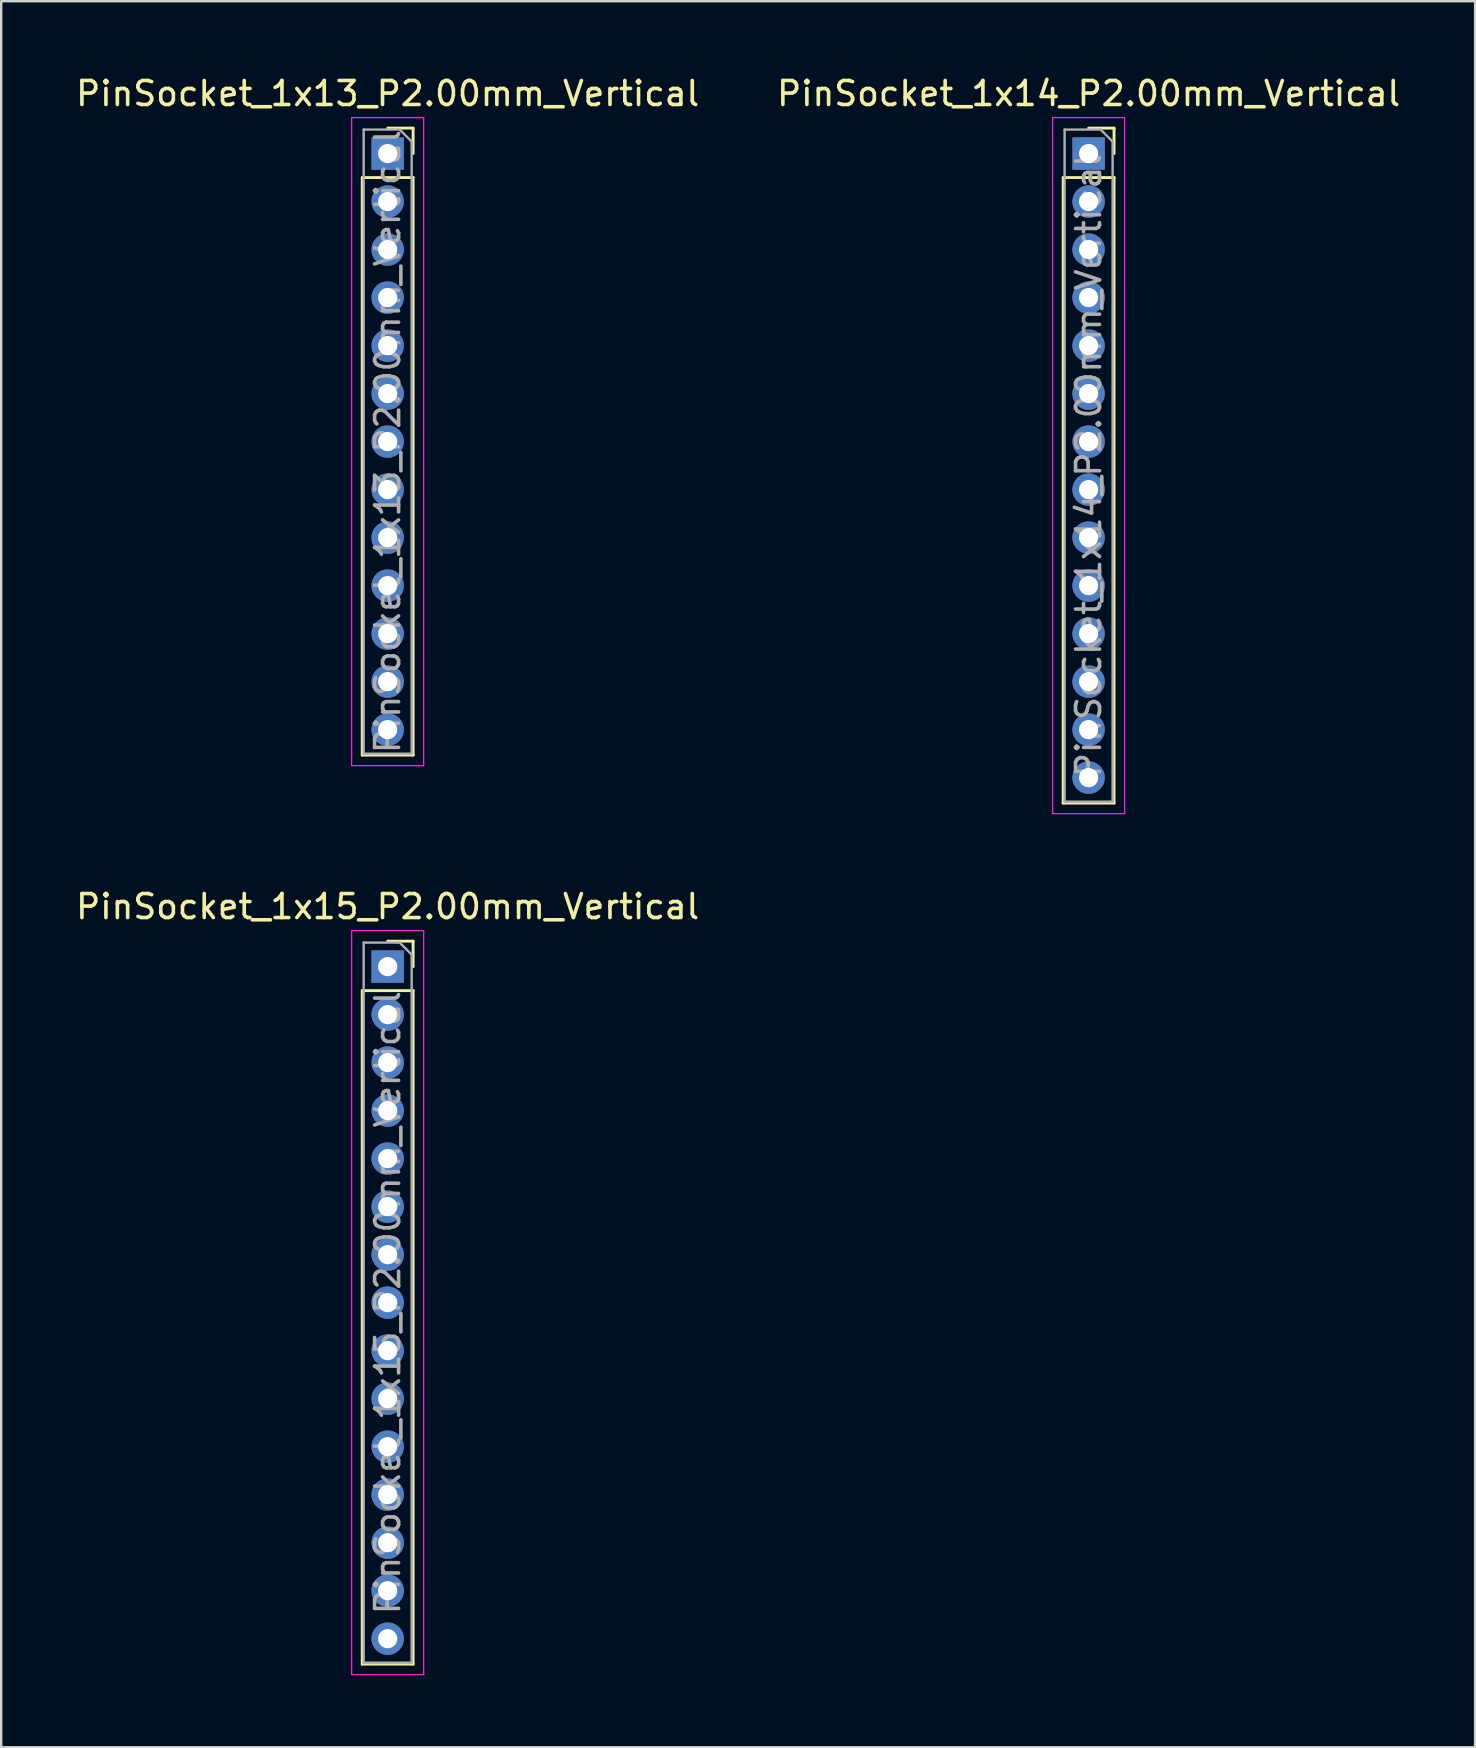
<source format=kicad_pcb>
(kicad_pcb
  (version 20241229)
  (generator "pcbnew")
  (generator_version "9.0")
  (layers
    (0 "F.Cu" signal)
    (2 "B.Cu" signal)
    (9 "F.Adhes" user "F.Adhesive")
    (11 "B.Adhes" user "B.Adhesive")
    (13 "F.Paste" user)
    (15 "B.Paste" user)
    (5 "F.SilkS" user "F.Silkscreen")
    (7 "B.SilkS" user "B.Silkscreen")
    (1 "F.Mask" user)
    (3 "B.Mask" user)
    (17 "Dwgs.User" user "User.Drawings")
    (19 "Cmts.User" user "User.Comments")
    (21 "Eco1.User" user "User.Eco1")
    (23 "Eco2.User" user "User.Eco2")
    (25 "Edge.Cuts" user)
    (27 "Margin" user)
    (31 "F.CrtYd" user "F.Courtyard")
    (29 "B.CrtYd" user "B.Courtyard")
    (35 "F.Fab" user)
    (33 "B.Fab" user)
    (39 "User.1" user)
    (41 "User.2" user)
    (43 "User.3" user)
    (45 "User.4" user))
  (footprint "PinSocket_1x13_P2.00mm_Vertical"
    (layer "F.Cu")
    (at 13.101 3.348)
    (property "Reference" "PinSocket_1x13_P2.00mm_Vertical" (at 0 -2.5 0) (layer "F.SilkS") (effects (font (size 1 1) (thickness 0.15))))
    (attr through_hole)
    (fp_line (start -1.06 1) (end -1.06 25.06) (stroke (width 0.12) (type solid)) (layer "F.SilkS"))
    (fp_line (start -1.06 1) (end 1.06 1) (stroke (width 0.12) (type solid)) (layer "F.SilkS"))
    (fp_line (start -1.06 25.06) (end 1.06 25.06) (stroke (width 0.12) (type solid)) (layer "F.SilkS"))
    (fp_line (start 0 -1.06) (end 1.06 -1.06) (stroke (width 0.12) (type solid)) (layer "F.SilkS"))
    (fp_line (start 1.06 -1.06) (end 1.06 0) (stroke (width 0.12) (type solid)) (layer "F.SilkS"))
    (fp_line (start 1.06 1) (end 1.06 25.06) (stroke (width 0.12) (type solid)) (layer "F.SilkS"))
    (fp_line (start -1.5 -1.5) (end 1.5 -1.5) (stroke (width 0.05) (type solid)) (layer "F.CrtYd"))
    (fp_line (start -1.5 25.5) (end -1.5 -1.5) (stroke (width 0.05) (type solid)) (layer "F.CrtYd"))
    (fp_line (start 1.5 -1.5) (end 1.5 25.5) (stroke (width 0.05) (type solid)) (layer "F.CrtYd"))
    (fp_line (start 1.5 25.5) (end -1.5 25.5) (stroke (width 0.05) (type solid)) (layer "F.CrtYd"))
    (fp_line (start -1 -1) (end 0.5 -1) (stroke (width 0.1) (type solid)) (layer "F.Fab"))
    (fp_line (start -1 25) (end -1 -1) (stroke (width 0.1) (type solid)) (layer "F.Fab"))
    (fp_line (start 0.5 -1) (end 1 -0.5) (stroke (width 0.1) (type solid)) (layer "F.Fab"))
    (fp_line (start 1 -0.5) (end 1 25) (stroke (width 0.1) (type solid)) (layer "F.Fab"))
    (fp_line (start 1 25) (end -1 25) (stroke (width 0.1) (type solid)) (layer "F.Fab"))
    (fp_text user "${REFERENCE}" (at 0 12 90) (layer "F.Fab") (effects (font (size 1 1) (thickness 0.15))))
    (pad "1" thru_hole rect (at 0 0) (size 1.35 1.35) (drill 0.8) (layers "*.Cu" "*.Mask"))
    (pad "2" thru_hole oval (at 0 2) (size 1.35 1.35) (drill 0.8) (layers "*.Cu" "*.Mask"))
    (pad "3" thru_hole oval (at 0 4) (size 1.35 1.35) (drill 0.8) (layers "*.Cu" "*.Mask"))
    (pad "4" thru_hole oval (at 0 6) (size 1.35 1.35) (drill 0.8) (layers "*.Cu" "*.Mask"))
    (pad "5" thru_hole oval (at 0 8) (size 1.35 1.35) (drill 0.8) (layers "*.Cu" "*.Mask"))
    (pad "6" thru_hole oval (at 0 10) (size 1.35 1.35) (drill 0.8) (layers "*.Cu" "*.Mask"))
    (pad "7" thru_hole oval (at 0 12) (size 1.35 1.35) (drill 0.8) (layers "*.Cu" "*.Mask"))
    (pad "8" thru_hole oval (at 0 14) (size 1.35 1.35) (drill 0.8) (layers "*.Cu" "*.Mask"))
    (pad "9" thru_hole oval (at 0 16) (size 1.35 1.35) (drill 0.8) (layers "*.Cu" "*.Mask"))
    (pad "10" thru_hole oval (at 0 18) (size 1.35 1.35) (drill 0.8) (layers "*.Cu" "*.Mask"))
    (pad "11" thru_hole oval (at 0 20) (size 1.35 1.35) (drill 0.8) (layers "*.Cu" "*.Mask"))
    (pad "12" thru_hole oval (at 0 22) (size 1.35 1.35) (drill 0.8) (layers "*.Cu" "*.Mask"))
    (pad "13" thru_hole oval (at 0 24) (size 1.35 1.35) (drill 0.8) (layers "*.Cu" "*.Mask")))
  (footprint "PinSocket_1x14_P2.00mm_Vertical"
    (layer "F.Cu")
    (at 42.304 3.348)
    (property "Reference" "PinSocket_1x14_P2.00mm_Vertical" (at 0 -2.5 0) (layer "F.SilkS") (effects (font (size 1 1) (thickness 0.15))))
    (attr through_hole)
    (fp_line (start -1.06 1) (end -1.06 27.06) (stroke (width 0.12) (type solid)) (layer "F.SilkS"))
    (fp_line (start -1.06 1) (end 1.06 1) (stroke (width 0.12) (type solid)) (layer "F.SilkS"))
    (fp_line (start -1.06 27.06) (end 1.06 27.06) (stroke (width 0.12) (type solid)) (layer "F.SilkS"))
    (fp_line (start 0 -1.06) (end 1.06 -1.06) (stroke (width 0.12) (type solid)) (layer "F.SilkS"))
    (fp_line (start 1.06 -1.06) (end 1.06 0) (stroke (width 0.12) (type solid)) (layer "F.SilkS"))
    (fp_line (start 1.06 1) (end 1.06 27.06) (stroke (width 0.12) (type solid)) (layer "F.SilkS"))
    (fp_line (start -1.5 -1.5) (end 1.5 -1.5) (stroke (width 0.05) (type solid)) (layer "F.CrtYd"))
    (fp_line (start -1.5 27.5) (end -1.5 -1.5) (stroke (width 0.05) (type solid)) (layer "F.CrtYd"))
    (fp_line (start 1.5 -1.5) (end 1.5 27.5) (stroke (width 0.05) (type solid)) (layer "F.CrtYd"))
    (fp_line (start 1.5 27.5) (end -1.5 27.5) (stroke (width 0.05) (type solid)) (layer "F.CrtYd"))
    (fp_line (start -1 -1) (end 0.5 -1) (stroke (width 0.1) (type solid)) (layer "F.Fab"))
    (fp_line (start -1 27) (end -1 -1) (stroke (width 0.1) (type solid)) (layer "F.Fab"))
    (fp_line (start 0.5 -1) (end 1 -0.5) (stroke (width 0.1) (type solid)) (layer "F.Fab"))
    (fp_line (start 1 -0.5) (end 1 27) (stroke (width 0.1) (type solid)) (layer "F.Fab"))
    (fp_line (start 1 27) (end -1 27) (stroke (width 0.1) (type solid)) (layer "F.Fab"))
    (fp_text user "${REFERENCE}" (at 0 13 90) (layer "F.Fab") (effects (font (size 1 1) (thickness 0.15))))
    (pad "1" thru_hole rect (at 0 0) (size 1.35 1.35) (drill 0.8) (layers "*.Cu" "*.Mask"))
    (pad "2" thru_hole oval (at 0 2) (size 1.35 1.35) (drill 0.8) (layers "*.Cu" "*.Mask"))
    (pad "3" thru_hole oval (at 0 4) (size 1.35 1.35) (drill 0.8) (layers "*.Cu" "*.Mask"))
    (pad "4" thru_hole oval (at 0 6) (size 1.35 1.35) (drill 0.8) (layers "*.Cu" "*.Mask"))
    (pad "5" thru_hole oval (at 0 8) (size 1.35 1.35) (drill 0.8) (layers "*.Cu" "*.Mask"))
    (pad "6" thru_hole oval (at 0 10) (size 1.35 1.35) (drill 0.8) (layers "*.Cu" "*.Mask"))
    (pad "7" thru_hole oval (at 0 12) (size 1.35 1.35) (drill 0.8) (layers "*.Cu" "*.Mask"))
    (pad "8" thru_hole oval (at 0 14) (size 1.35 1.35) (drill 0.8) (layers "*.Cu" "*.Mask"))
    (pad "9" thru_hole oval (at 0 16) (size 1.35 1.35) (drill 0.8) (layers "*.Cu" "*.Mask"))
    (pad "10" thru_hole oval (at 0 18) (size 1.35 1.35) (drill 0.8) (layers "*.Cu" "*.Mask"))
    (pad "11" thru_hole oval (at 0 20) (size 1.35 1.35) (drill 0.8) (layers "*.Cu" "*.Mask"))
    (pad "12" thru_hole oval (at 0 22) (size 1.35 1.35) (drill 0.8) (layers "*.Cu" "*.Mask"))
    (pad "13" thru_hole oval (at 0 24) (size 1.35 1.35) (drill 0.8) (layers "*.Cu" "*.Mask"))
    (pad "14" thru_hole oval (at 0 26) (size 1.35 1.35) (drill 0.8) (layers "*.Cu" "*.Mask")))
  (footprint "PinSocket_1x15_P2.00mm_Vertical"
    (layer "F.Cu")
    (at 13.101 37.221)
    (property "Reference" "PinSocket_1x15_P2.00mm_Vertical" (at 0 -2.5 0) (layer "F.SilkS") (effects (font (size 1 1) (thickness 0.15))))
    (attr through_hole)
    (fp_line (start -1.06 1) (end -1.06 29.06) (stroke (width 0.12) (type solid)) (layer "F.SilkS"))
    (fp_line (start -1.06 1) (end 1.06 1) (stroke (width 0.12) (type solid)) (layer "F.SilkS"))
    (fp_line (start -1.06 29.06) (end 1.06 29.06) (stroke (width 0.12) (type solid)) (layer "F.SilkS"))
    (fp_line (start 0 -1.06) (end 1.06 -1.06) (stroke (width 0.12) (type solid)) (layer "F.SilkS"))
    (fp_line (start 1.06 -1.06) (end 1.06 0) (stroke (width 0.12) (type solid)) (layer "F.SilkS"))
    (fp_line (start 1.06 1) (end 1.06 29.06) (stroke (width 0.12) (type solid)) (layer "F.SilkS"))
    (fp_line (start -1.5 -1.5) (end 1.5 -1.5) (stroke (width 0.05) (type solid)) (layer "F.CrtYd"))
    (fp_line (start -1.5 29.5) (end -1.5 -1.5) (stroke (width 0.05) (type solid)) (layer "F.CrtYd"))
    (fp_line (start 1.5 -1.5) (end 1.5 29.5) (stroke (width 0.05) (type solid)) (layer "F.CrtYd"))
    (fp_line (start 1.5 29.5) (end -1.5 29.5) (stroke (width 0.05) (type solid)) (layer "F.CrtYd"))
    (fp_line (start -1 -1) (end 0.5 -1) (stroke (width 0.1) (type solid)) (layer "F.Fab"))
    (fp_line (start -1 29) (end -1 -1) (stroke (width 0.1) (type solid)) (layer "F.Fab"))
    (fp_line (start 0.5 -1) (end 1 -0.5) (stroke (width 0.1) (type solid)) (layer "F.Fab"))
    (fp_line (start 1 -0.5) (end 1 29) (stroke (width 0.1) (type solid)) (layer "F.Fab"))
    (fp_line (start 1 29) (end -1 29) (stroke (width 0.1) (type solid)) (layer "F.Fab"))
    (fp_text user "${REFERENCE}" (at 0 14 90) (layer "F.Fab") (effects (font (size 1 1) (thickness 0.15))))
    (pad "1" thru_hole rect (at 0 0) (size 1.35 1.35) (drill 0.8) (layers "*.Cu" "*.Mask"))
    (pad "2" thru_hole oval (at 0 2) (size 1.35 1.35) (drill 0.8) (layers "*.Cu" "*.Mask"))
    (pad "3" thru_hole oval (at 0 4) (size 1.35 1.35) (drill 0.8) (layers "*.Cu" "*.Mask"))
    (pad "4" thru_hole oval (at 0 6) (size 1.35 1.35) (drill 0.8) (layers "*.Cu" "*.Mask"))
    (pad "5" thru_hole oval (at 0 8) (size 1.35 1.35) (drill 0.8) (layers "*.Cu" "*.Mask"))
    (pad "6" thru_hole oval (at 0 10) (size 1.35 1.35) (drill 0.8) (layers "*.Cu" "*.Mask"))
    (pad "7" thru_hole oval (at 0 12) (size 1.35 1.35) (drill 0.8) (layers "*.Cu" "*.Mask"))
    (pad "8" thru_hole oval (at 0 14) (size 1.35 1.35) (drill 0.8) (layers "*.Cu" "*.Mask"))
    (pad "9" thru_hole oval (at 0 16) (size 1.35 1.35) (drill 0.8) (layers "*.Cu" "*.Mask"))
    (pad "10" thru_hole oval (at 0 18) (size 1.35 1.35) (drill 0.8) (layers "*.Cu" "*.Mask"))
    (pad "11" thru_hole oval (at 0 20) (size 1.35 1.35) (drill 0.8) (layers "*.Cu" "*.Mask"))
    (pad "12" thru_hole oval (at 0 22) (size 1.35 1.35) (drill 0.8) (layers "*.Cu" "*.Mask"))
    (pad "13" thru_hole oval (at 0 24) (size 1.35 1.35) (drill 0.8) (layers "*.Cu" "*.Mask"))
    (pad "14" thru_hole oval (at 0 26) (size 1.35 1.35) (drill 0.8) (layers "*.Cu" "*.Mask"))
    (pad "15" thru_hole oval (at 0 28) (size 1.35 1.35) (drill 0.8) (layers "*.Cu" "*.Mask")))
  (gr_rect
    (start -3 -3)
    (end 58.405 69.746)
    (stroke (width 0.1) (type default))
    (fill no)
    (layer "Edge.Cuts")))
</source>
